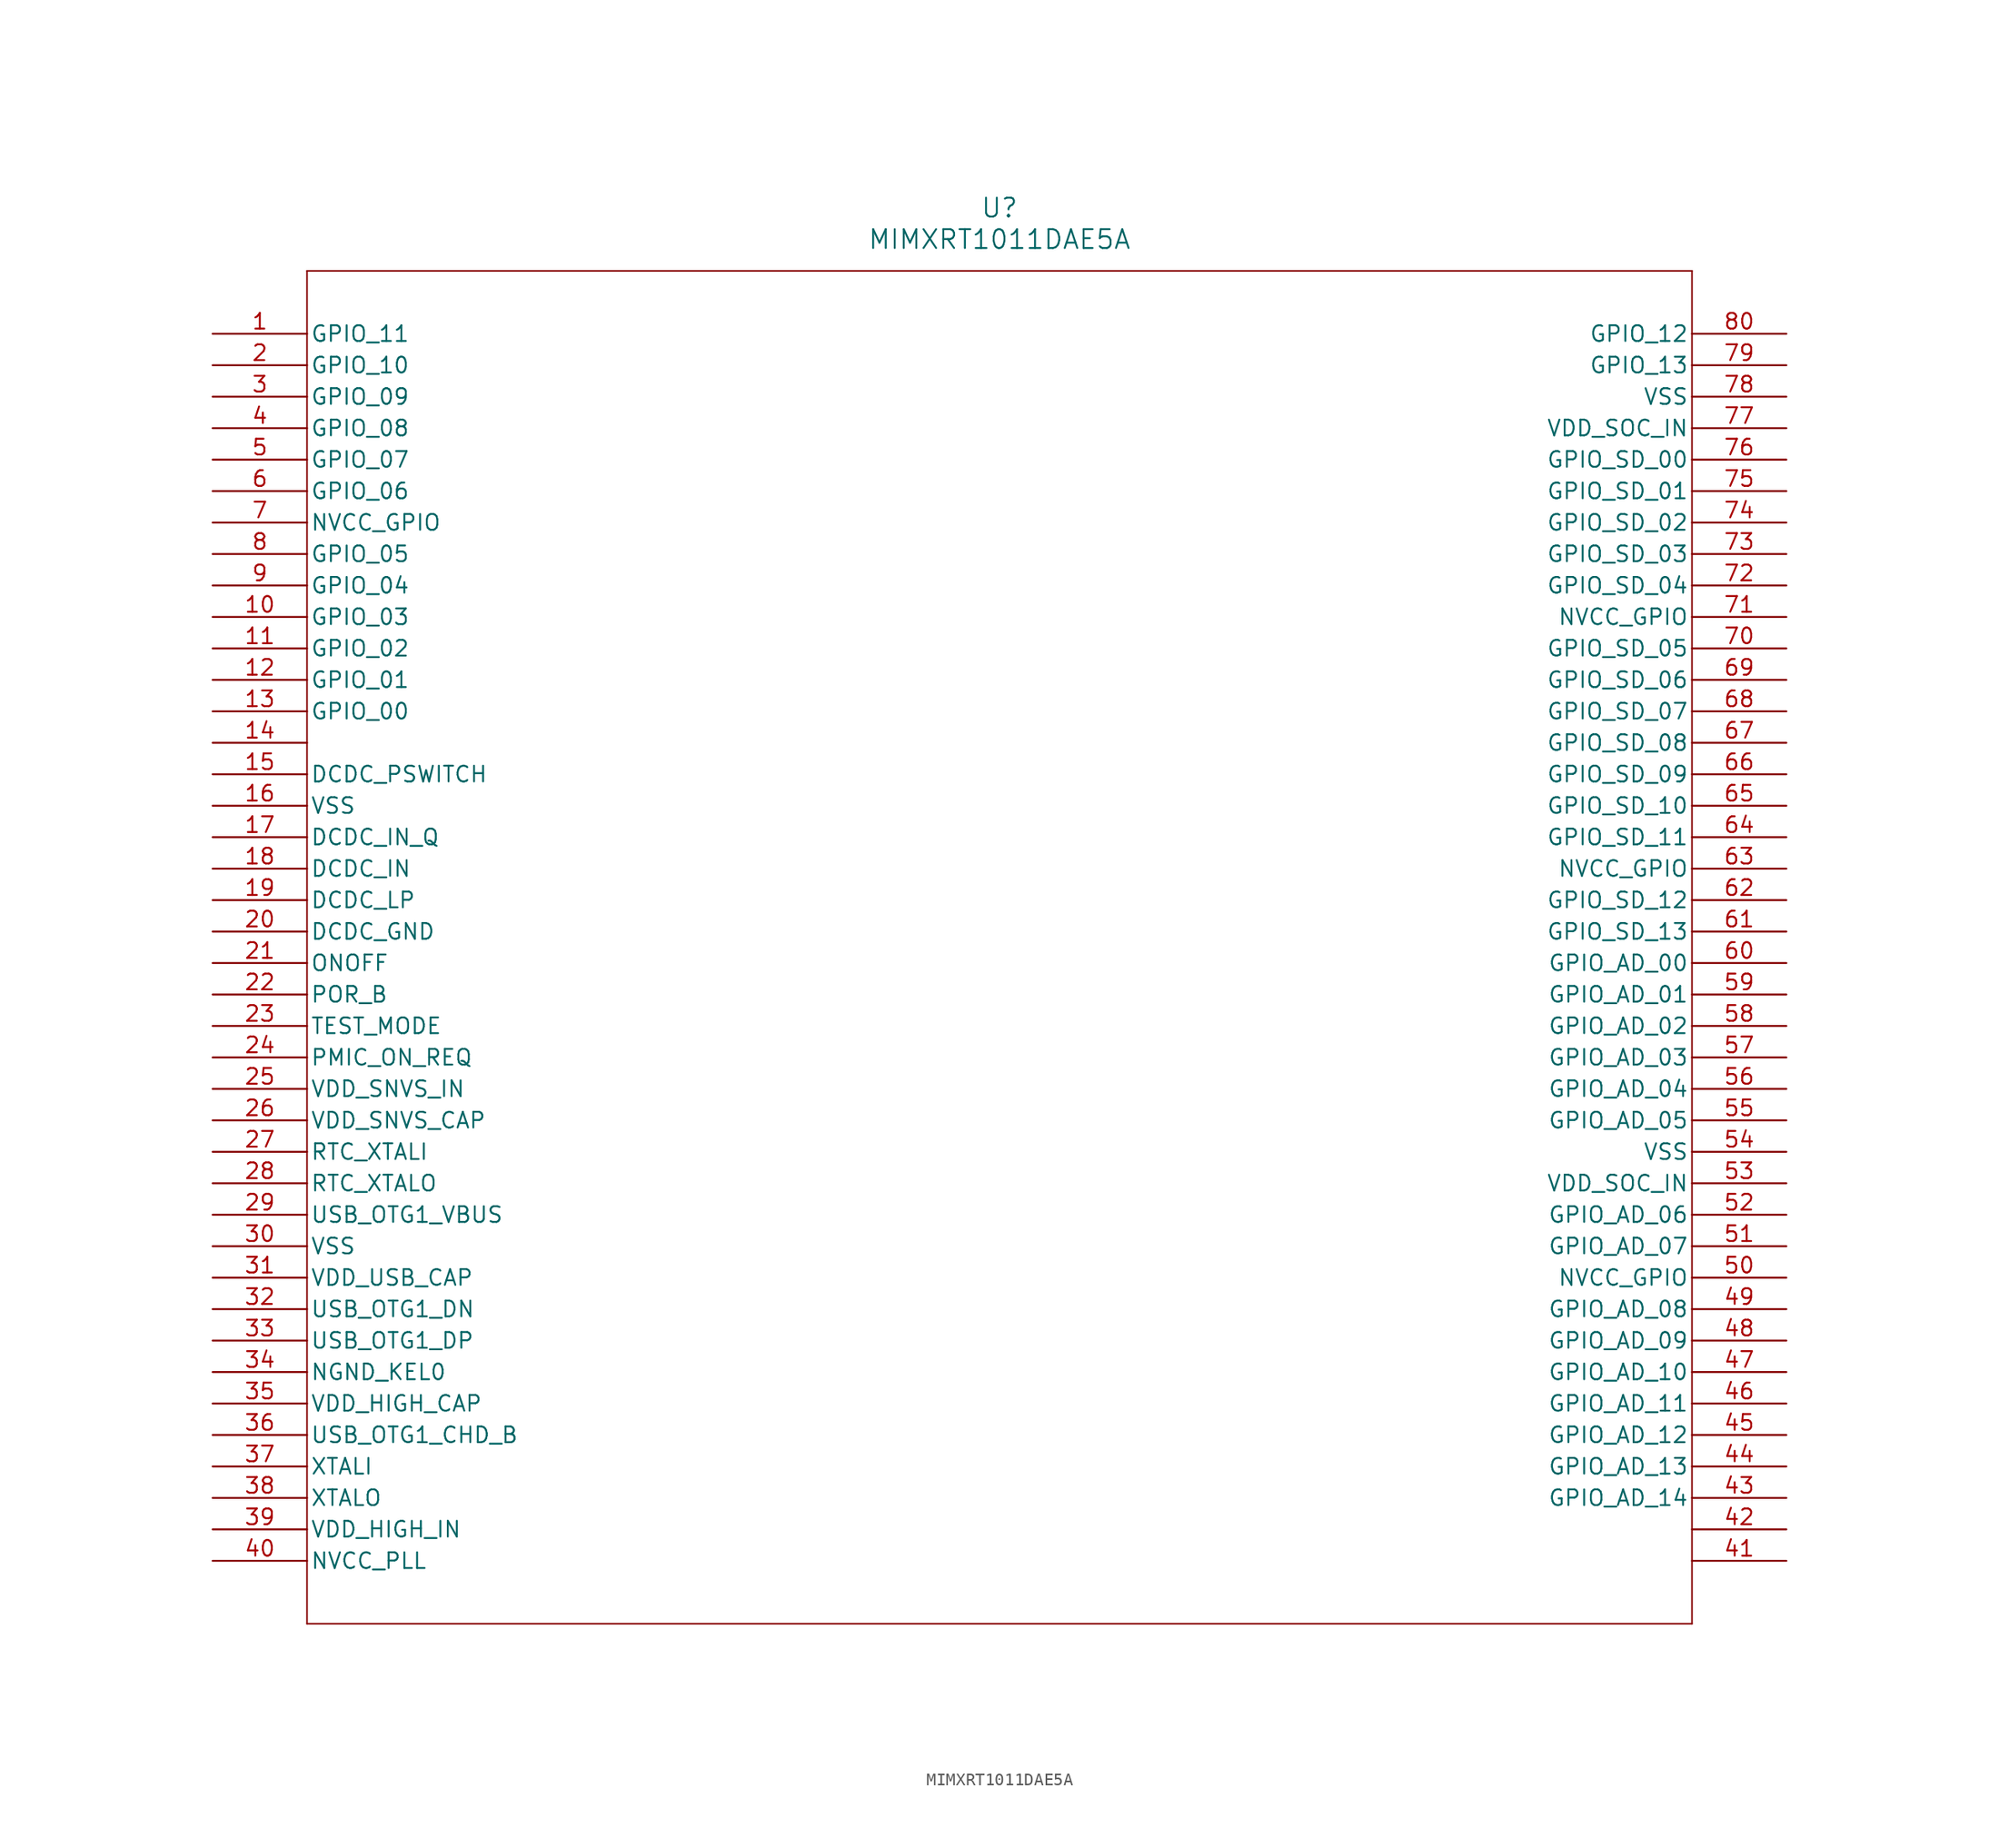
<source format=kicad_sym>
(kicad_symbol_lib
  (version 20211014)
  (generator kicad_symbol_editor)
  (symbol "MIMXRT1011DAE5A"
    (pin_names
      (offset 0.254))
    (property "Reference" "U"
      (at 63.5 10.16 0)
      (effects (font (size 1.524 1.524))))
    (property "Value" "MIMXRT1011DAE5A"
      (at 63.5 7.62 0)
      (effects (font (size 1.524 1.524))))
    (symbol "MIMXRT1011DAE5A_0_1"
      (polyline (pts (xy 7.62 5.08) (xy 7.62 -104.14)) (stroke (width 0.127) (type default) (color 0 0 0 0)) (fill (type none)))
      (polyline (pts (xy 7.62 -104.14) (xy 119.38 -104.14)) (stroke (width 0.127) (type default) (color 0 0 0 0)) (fill (type none)))
      (polyline (pts (xy 119.38 -104.14) (xy 119.38 5.08)) (stroke (width 0.127) (type default) (color 0 0 0 0)) (fill (type none)))
      (polyline (pts (xy 119.38 5.08) (xy 7.62 5.08)) (stroke (width 0.127) (type default) (color 0 0 0 0)) (fill (type none)))
      (pin bidirectional line (at 0 0 0) (length 7.62) (name "GPIO_11" (effects (font (size 1.27 1.27)))) (number "1" (effects (font (size 1.27 1.27)))))
      (pin bidirectional line (at 0 -2.54 0) (length 7.62) (name "GPIO_10" (effects (font (size 1.27 1.27)))) (number "2" (effects (font (size 1.27 1.27)))))
      (pin bidirectional line (at 0 -5.08 0) (length 7.62) (name "GPIO_09" (effects (font (size 1.27 1.27)))) (number "3" (effects (font (size 1.27 1.27)))))
      (pin bidirectional line (at 0 -7.62 0) (length 7.62) (name "GPIO_08" (effects (font (size 1.27 1.27)))) (number "4" (effects (font (size 1.27 1.27)))))
      (pin bidirectional line (at 0 -10.16 0) (length 7.62) (name "GPIO_07" (effects (font (size 1.27 1.27)))) (number "5" (effects (font (size 1.27 1.27)))))
      (pin bidirectional line (at 0 -12.7 0) (length 7.62) (name "GPIO_06" (effects (font (size 1.27 1.27)))) (number "6" (effects (font (size 1.27 1.27)))))
      (pin bidirectional line (at 0 -15.24 0) (length 7.62) (name "NVCC_GPIO" (effects (font (size 1.27 1.27)))) (number "7" (effects (font (size 1.27 1.27)))))
      (pin bidirectional line (at 0 -17.78 0) (length 7.62) (name "GPIO_05" (effects (font (size 1.27 1.27)))) (number "8" (effects (font (size 1.27 1.27)))))
      (pin bidirectional line (at 0 -20.32 0) (length 7.62) (name "GPIO_04" (effects (font (size 1.27 1.27)))) (number "9" (effects (font (size 1.27 1.27)))))
      (pin bidirectional line (at 0 -22.86 0) (length 7.62) (name "GPIO_03" (effects (font (size 1.27 1.27)))) (number "10" (effects (font (size 1.27 1.27)))))
      (pin bidirectional line (at 0 -25.4 0) (length 7.62) (name "GPIO_02" (effects (font (size 1.27 1.27)))) (number "11" (effects (font (size 1.27 1.27)))))
      (pin bidirectional line (at 0 -27.94 0) (length 7.62) (name "GPIO_01" (effects (font (size 1.27 1.27)))) (number "12" (effects (font (size 1.27 1.27)))))
      (pin bidirectional line (at 0 -30.48 0) (length 7.62) (name "GPIO_00" (effects (font (size 1.27 1.27)))) (number "13" (effects (font (size 1.27 1.27)))))
      (pin power_in line (at 0 -33.02 0) (length 7.62) (name "" (effects (font (size 1.27 1.27)))) (number "14" (effects (font (size 1.27 1.27)))))
      (pin unspecified line (at 0 -35.56 0) (length 7.62) (name "DCDC_PSWITCH" (effects (font (size 1.27 1.27)))) (number "15" (effects (font (size 1.27 1.27)))))
      (pin power_out line (at 0 -38.1 0) (length 7.62) (name "VSS" (effects (font (size 1.27 1.27)))) (number "16" (effects (font (size 1.27 1.27)))))
      (pin unspecified line (at 0 -40.64 0) (length 7.62) (name "DCDC_IN_Q" (effects (font (size 1.27 1.27)))) (number "17" (effects (font (size 1.27 1.27)))))
      (pin unspecified line (at 0 -43.18 0) (length 7.62) (name "DCDC_IN" (effects (font (size 1.27 1.27)))) (number "18" (effects (font (size 1.27 1.27)))))
      (pin unspecified line (at 0 -45.72 0) (length 7.62) (name "DCDC_LP" (effects (font (size 1.27 1.27)))) (number "19" (effects (font (size 1.27 1.27)))))
      (pin power_out line (at 0 -48.26 0) (length 7.62) (name "DCDC_GND" (effects (font (size 1.27 1.27)))) (number "20" (effects (font (size 1.27 1.27)))))
      (pin unspecified line (at 0 -50.8 0) (length 7.62) (name "ONOFF" (effects (font (size 1.27 1.27)))) (number "21" (effects (font (size 1.27 1.27)))))
      (pin unspecified line (at 0 -53.34 0) (length 7.62) (name "POR_B" (effects (font (size 1.27 1.27)))) (number "22" (effects (font (size 1.27 1.27)))))
      (pin unspecified line (at 0 -55.88 0) (length 7.62) (name "TEST_MODE" (effects (font (size 1.27 1.27)))) (number "23" (effects (font (size 1.27 1.27)))))
      (pin unspecified line (at 0 -58.42 0) (length 7.62) (name "PMIC_ON_REQ" (effects (font (size 1.27 1.27)))) (number "24" (effects (font (size 1.27 1.27)))))
      (pin power_in line (at 0 -60.96 0) (length 7.62) (name "VDD_SNVS_IN" (effects (font (size 1.27 1.27)))) (number "25" (effects (font (size 1.27 1.27)))))
      (pin power_in line (at 0 -63.5 0) (length 7.62) (name "VDD_SNVS_CAP" (effects (font (size 1.27 1.27)))) (number "26" (effects (font (size 1.27 1.27)))))
      (pin unspecified line (at 0 -66.04 0) (length 7.62) (name "RTC_XTALI" (effects (font (size 1.27 1.27)))) (number "27" (effects (font (size 1.27 1.27)))))
      (pin unspecified line (at 0 -68.58 0) (length 7.62) (name "RTC_XTALO" (effects (font (size 1.27 1.27)))) (number "28" (effects (font (size 1.27 1.27)))))
      (pin bidirectional line (at 0 -71.12 0) (length 7.62) (name "USB_OTG1_VBUS" (effects (font (size 1.27 1.27)))) (number "29" (effects (font (size 1.27 1.27)))))
      (pin power_out line (at 0 -73.66 0) (length 7.62) (name "VSS" (effects (font (size 1.27 1.27)))) (number "30" (effects (font (size 1.27 1.27)))))
      (pin power_in line (at 0 -76.2 0) (length 7.62) (name "VDD_USB_CAP" (effects (font (size 1.27 1.27)))) (number "31" (effects (font (size 1.27 1.27)))))
      (pin bidirectional line (at 0 -78.74 0) (length 7.62) (name "USB_OTG1_DN" (effects (font (size 1.27 1.27)))) (number "32" (effects (font (size 1.27 1.27)))))
      (pin bidirectional line (at 0 -81.28 0) (length 7.62) (name "USB_OTG1_DP" (effects (font (size 1.27 1.27)))) (number "33" (effects (font (size 1.27 1.27)))))
      (pin power_out line (at 0 -83.82 0) (length 7.62) (name "NGND_KEL0" (effects (font (size 1.27 1.27)))) (number "34" (effects (font (size 1.27 1.27)))))
      (pin power_in line (at 0 -86.36 0) (length 7.62) (name "VDD_HIGH_CAP" (effects (font (size 1.27 1.27)))) (number "35" (effects (font (size 1.27 1.27)))))
      (pin bidirectional line (at 0 -88.9 0) (length 7.62) (name "USB_OTG1_CHD_B" (effects (font (size 1.27 1.27)))) (number "36" (effects (font (size 1.27 1.27)))))
      (pin unspecified line (at 0 -91.44 0) (length 7.62) (name "XTALI" (effects (font (size 1.27 1.27)))) (number "37" (effects (font (size 1.27 1.27)))))
      (pin unspecified line (at 0 -93.98 0) (length 7.62) (name "XTALO" (effects (font (size 1.27 1.27)))) (number "38" (effects (font (size 1.27 1.27)))))
      (pin power_in line (at 0 -96.52 0) (length 7.62) (name "VDD_HIGH_IN" (effects (font (size 1.27 1.27)))) (number "39" (effects (font (size 1.27 1.27)))))
      (pin unspecified line (at 0 -99.06 0) (length 7.62) (name "NVCC_PLL" (effects (font (size 1.27 1.27)))) (number "40" (effects (font (size 1.27 1.27)))))
      (pin power_in line (at 127 -99.06 180) (length 7.62) (name "" (effects (font (size 1.27 1.27)))) (number "41" (effects (font (size 1.27 1.27)))))
      (pin power_in line (at 127 -96.52 180) (length 7.62) (name "" (effects (font (size 1.27 1.27)))) (number "42" (effects (font (size 1.27 1.27)))))
      (pin bidirectional line (at 127 -93.98 180) (length 7.62) (name "GPIO_AD_14" (effects (font (size 1.27 1.27)))) (number "43" (effects (font (size 1.27 1.27)))))
      (pin bidirectional line (at 127 -91.44 180) (length 7.62) (name "GPIO_AD_13" (effects (font (size 1.27 1.27)))) (number "44" (effects (font (size 1.27 1.27)))))
      (pin bidirectional line (at 127 -88.9 180) (length 7.62) (name "GPIO_AD_12" (effects (font (size 1.27 1.27)))) (number "45" (effects (font (size 1.27 1.27)))))
      (pin bidirectional line (at 127 -86.36 180) (length 7.62) (name "GPIO_AD_11" (effects (font (size 1.27 1.27)))) (number "46" (effects (font (size 1.27 1.27)))))
      (pin bidirectional line (at 127 -83.82 180) (length 7.62) (name "GPIO_AD_10" (effects (font (size 1.27 1.27)))) (number "47" (effects (font (size 1.27 1.27)))))
      (pin bidirectional line (at 127 -81.28 180) (length 7.62) (name "GPIO_AD_09" (effects (font (size 1.27 1.27)))) (number "48" (effects (font (size 1.27 1.27)))))
      (pin bidirectional line (at 127 -78.74 180) (length 7.62) (name "GPIO_AD_08" (effects (font (size 1.27 1.27)))) (number "49" (effects (font (size 1.27 1.27)))))
      (pin unspecified line (at 127 -76.2 180) (length 7.62) (name "NVCC_GPIO" (effects (font (size 1.27 1.27)))) (number "50" (effects (font (size 1.27 1.27)))))
      (pin bidirectional line (at 127 -73.66 180) (length 7.62) (name "GPIO_AD_07" (effects (font (size 1.27 1.27)))) (number "51" (effects (font (size 1.27 1.27)))))
      (pin bidirectional line (at 127 -71.12 180) (length 7.62) (name "GPIO_AD_06" (effects (font (size 1.27 1.27)))) (number "52" (effects (font (size 1.27 1.27)))))
      (pin power_in line (at 127 -68.58 180) (length 7.62) (name "VDD_SOC_IN" (effects (font (size 1.27 1.27)))) (number "53" (effects (font (size 1.27 1.27)))))
      (pin power_out line (at 127 -66.04 180) (length 7.62) (name "VSS" (effects (font (size 1.27 1.27)))) (number "54" (effects (font (size 1.27 1.27)))))
      (pin bidirectional line (at 127 -63.5 180) (length 7.62) (name "GPIO_AD_05" (effects (font (size 1.27 1.27)))) (number "55" (effects (font (size 1.27 1.27)))))
      (pin bidirectional line (at 127 -60.96 180) (length 7.62) (name "GPIO_AD_04" (effects (font (size 1.27 1.27)))) (number "56" (effects (font (size 1.27 1.27)))))
      (pin bidirectional line (at 127 -58.42 180) (length 7.62) (name "GPIO_AD_03" (effects (font (size 1.27 1.27)))) (number "57" (effects (font (size 1.27 1.27)))))
      (pin bidirectional line (at 127 -55.88 180) (length 7.62) (name "GPIO_AD_02" (effects (font (size 1.27 1.27)))) (number "58" (effects (font (size 1.27 1.27)))))
      (pin bidirectional line (at 127 -53.34 180) (length 7.62) (name "GPIO_AD_01" (effects (font (size 1.27 1.27)))) (number "59" (effects (font (size 1.27 1.27)))))
      (pin bidirectional line (at 127 -50.8 180) (length 7.62) (name "GPIO_AD_00" (effects (font (size 1.27 1.27)))) (number "60" (effects (font (size 1.27 1.27)))))
      (pin bidirectional line (at 127 -48.26 180) (length 7.62) (name "GPIO_SD_13" (effects (font (size 1.27 1.27)))) (number "61" (effects (font (size 1.27 1.27)))))
      (pin bidirectional line (at 127 -45.72 180) (length 7.62) (name "GPIO_SD_12" (effects (font (size 1.27 1.27)))) (number "62" (effects (font (size 1.27 1.27)))))
      (pin unspecified line (at 127 -43.18 180) (length 7.62) (name "NVCC_GPIO" (effects (font (size 1.27 1.27)))) (number "63" (effects (font (size 1.27 1.27)))))
      (pin bidirectional line (at 127 -40.64 180) (length 7.62) (name "GPIO_SD_11" (effects (font (size 1.27 1.27)))) (number "64" (effects (font (size 1.27 1.27)))))
      (pin bidirectional line (at 127 -38.1 180) (length 7.62) (name "GPIO_SD_10" (effects (font (size 1.27 1.27)))) (number "65" (effects (font (size 1.27 1.27)))))
      (pin bidirectional line (at 127 -35.56 180) (length 7.62) (name "GPIO_SD_09" (effects (font (size 1.27 1.27)))) (number "66" (effects (font (size 1.27 1.27)))))
      (pin bidirectional line (at 127 -33.02 180) (length 7.62) (name "GPIO_SD_08" (effects (font (size 1.27 1.27)))) (number "67" (effects (font (size 1.27 1.27)))))
      (pin bidirectional line (at 127 -30.48 180) (length 7.62) (name "GPIO_SD_07" (effects (font (size 1.27 1.27)))) (number "68" (effects (font (size 1.27 1.27)))))
      (pin bidirectional line (at 127 -27.94 180) (length 7.62) (name "GPIO_SD_06" (effects (font (size 1.27 1.27)))) (number "69" (effects (font (size 1.27 1.27)))))
      (pin bidirectional line (at 127 -25.4 180) (length 7.62) (name "GPIO_SD_05" (effects (font (size 1.27 1.27)))) (number "70" (effects (font (size 1.27 1.27)))))
      (pin unspecified line (at 127 -22.86 180) (length 7.62) (name "NVCC_GPIO" (effects (font (size 1.27 1.27)))) (number "71" (effects (font (size 1.27 1.27)))))
      (pin bidirectional line (at 127 -20.32 180) (length 7.62) (name "GPIO_SD_04" (effects (font (size 1.27 1.27)))) (number "72" (effects (font (size 1.27 1.27)))))
      (pin bidirectional line (at 127 -17.78 180) (length 7.62) (name "GPIO_SD_03" (effects (font (size 1.27 1.27)))) (number "73" (effects (font (size 1.27 1.27)))))
      (pin bidirectional line (at 127 -15.24 180) (length 7.62) (name "GPIO_SD_02" (effects (font (size 1.27 1.27)))) (number "74" (effects (font (size 1.27 1.27)))))
      (pin bidirectional line (at 127 -12.7 180) (length 7.62) (name "GPIO_SD_01" (effects (font (size 1.27 1.27)))) (number "75" (effects (font (size 1.27 1.27)))))
      (pin bidirectional line (at 127 -10.16 180) (length 7.62) (name "GPIO_SD_00" (effects (font (size 1.27 1.27)))) (number "76" (effects (font (size 1.27 1.27)))))
      (pin power_in line (at 127 -7.62 180) (length 7.62) (name "VDD_SOC_IN" (effects (font (size 1.27 1.27)))) (number "77" (effects (font (size 1.27 1.27)))))
      (pin power_out line (at 127 -5.08 180) (length 7.62) (name "VSS" (effects (font (size 1.27 1.27)))) (number "78" (effects (font (size 1.27 1.27)))))
      (pin bidirectional line (at 127 -2.54 180) (length 7.62) (name "GPIO_13" (effects (font (size 1.27 1.27)))) (number "79" (effects (font (size 1.27 1.27)))))
      (pin bidirectional line (at 127 0 180) (length 7.62) (name "GPIO_12" (effects (font (size 1.27 1.27)))) (number "80" (effects (font (size 1.27 1.27))))))))
</source>
